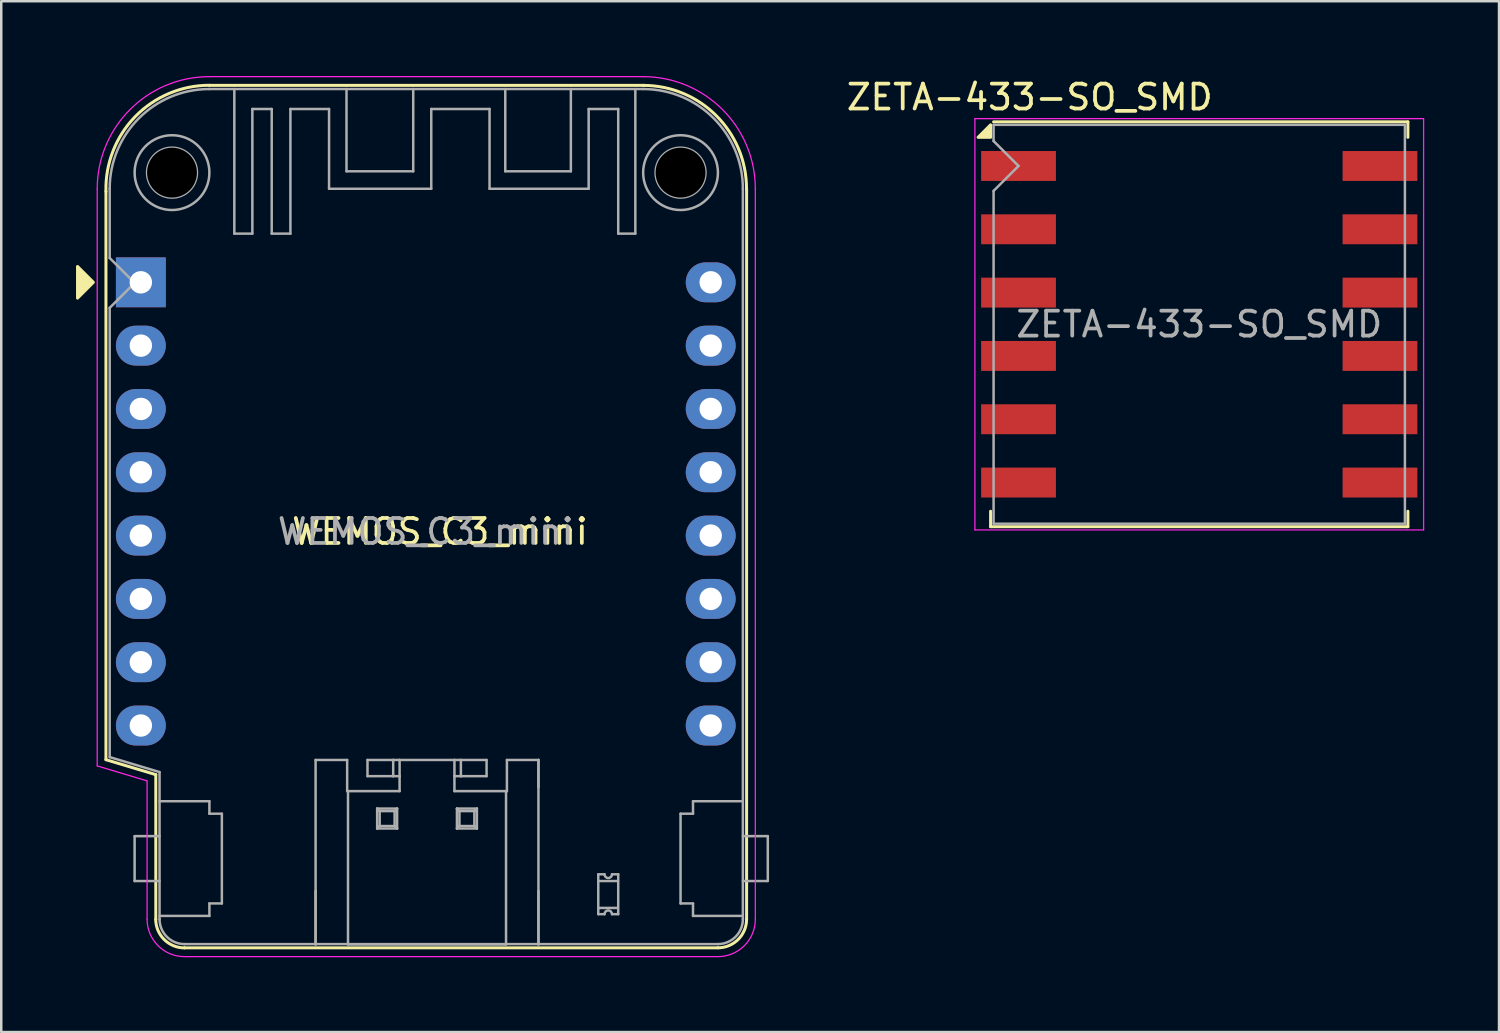
<source format=kicad_pcb>
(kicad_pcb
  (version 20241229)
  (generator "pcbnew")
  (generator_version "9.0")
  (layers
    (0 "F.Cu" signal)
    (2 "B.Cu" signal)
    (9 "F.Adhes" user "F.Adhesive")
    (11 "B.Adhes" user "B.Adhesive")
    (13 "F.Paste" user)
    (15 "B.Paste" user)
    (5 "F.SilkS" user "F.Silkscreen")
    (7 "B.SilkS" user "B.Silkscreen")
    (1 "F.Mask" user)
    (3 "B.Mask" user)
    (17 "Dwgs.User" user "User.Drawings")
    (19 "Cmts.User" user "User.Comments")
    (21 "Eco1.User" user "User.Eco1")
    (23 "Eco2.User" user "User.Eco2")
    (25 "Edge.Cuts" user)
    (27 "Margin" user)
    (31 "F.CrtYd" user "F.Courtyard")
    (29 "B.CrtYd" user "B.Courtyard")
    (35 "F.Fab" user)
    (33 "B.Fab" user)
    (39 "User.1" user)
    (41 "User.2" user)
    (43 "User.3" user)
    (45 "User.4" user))
  (footprint "WEMOS_C3_mini"
    (layer "F.Cu")
    (at 2.6 8.275)
    (property "Reference" "WEMOS_C3_mini" (at 12 10 0) (layer "F.SilkS") (effects (font (size 1 1) (thickness 0.15))))
    (attr through_hole)
    (fp_line (start -1.4 -3.647) (end -1.4 19.15) (stroke (width 0.12) (type solid)) (layer "F.SilkS"))
    (fp_line (start 0.6 19.75) (end -1.4 19.15) (stroke (width 0.12) (type default)) (layer "F.SilkS"))
    (fp_line (start 0.6 19.75) (end 0.6 25.547) (stroke (width 0.12) (type solid)) (layer "F.SilkS"))
    (fp_line (start 1.75 26.697) (end 23.15 26.697) (stroke (width 0.12) (type solid)) (layer "F.SilkS"))
    (fp_line (start 20.2 -7.9) (end 2.75 -7.9) (stroke (width 0.12) (type solid)) (layer "F.SilkS"))
    (fp_line (start 24.3 25.547) (end 24.3 -3.753) (stroke (width 0.12) (type solid)) (layer "F.SilkS"))
    (fp_arc (start -1.4 -3.65) (mid -0.221578 -6.651732) (end 2.75 -7.904246) (stroke (width 0.12) (type solid)) (layer "F.SilkS"))
    (fp_arc (start 1.75 26.7) (mid 0.934727 26.362303) (end 0.59703 25.54703) (stroke (width 0.12) (type solid)) (layer "F.SilkS"))
    (fp_arc (start 20.15 -7.9) (mid 23.082383 -6.685361) (end 24.297 -3.752969) (stroke (width 0.12) (type solid)) (layer "F.SilkS"))
    (fp_arc (start 24.3 25.547031) (mid 23.963172 26.360203) (end 23.15 26.69703) (stroke (width 0.12) (type solid)) (layer "F.SilkS"))
    (fp_poly (pts (xy -2.54 -0.635) (xy -2.54 0.635) (xy -1.905 0)) (stroke (width 0.12) (type solid)) (fill yes) (layer "F.SilkS"))
    (fp_line (start -1.75 -3.75) (end -1.75 19.4) (stroke (width 0.05) (type solid)) (layer "F.CrtYd"))
    (fp_line (start -1.75 19.4) (end 0.25 20) (stroke (width 0.05) (type solid)) (layer "F.CrtYd"))
    (fp_line (start 0.25 20) (end 0.25 25.55) (stroke (width 0.05) (type solid)) (layer "F.CrtYd"))
    (fp_line (start 1.75 27.05) (end 23.15 27.05) (stroke (width 0.05) (type solid)) (layer "F.CrtYd"))
    (fp_line (start 20.15 -8.25) (end 2.75 -8.25) (stroke (width 0.05) (type solid)) (layer "F.CrtYd"))
    (fp_line (start 24.65 25.55) (end 24.65 -3.75) (stroke (width 0.05) (type solid)) (layer "F.CrtYd"))
    (fp_arc (start -1.75 -3.75) (mid -0.431981 -6.931981) (end 2.75 -8.25) (stroke (width 0.05) (type solid)) (layer "F.CrtYd"))
    (fp_arc (start 1.75 27.05) (mid 0.68934 26.61066) (end 0.25 25.55) (stroke (width 0.05) (type solid)) (layer "F.CrtYd"))
    (fp_arc (start 20.15 -8.25) (mid 23.331981 -6.931981) (end 24.65 -3.75) (stroke (width 0.05) (type solid)) (layer "F.CrtYd"))
    (fp_arc (start 24.65 25.55) (mid 24.21066 26.61066) (end 23.15 27.05) (stroke (width 0.05) (type solid)) (layer "F.CrtYd"))
    (fp_line (start -1.25 -3.753) (end -1.25 -0.975) (stroke (width 0.1) (type solid)) (layer "F.Fab"))
    (fp_line (start -1.25 1.025) (end -1.25 19.047) (stroke (width 0.1) (type solid)) (layer "F.Fab"))
    (fp_line (start -1.25 1.025) (end -0.25 0.025) (stroke (width 0.1) (type solid)) (layer "F.Fab"))
    (fp_line (start -1.25 19.047) (end 0.75 19.647) (stroke (width 0.1) (type solid)) (layer "F.Fab"))
    (fp_line (start -0.25 0.025) (end -1.25 -0.975) (stroke (width 0.1) (type solid)) (layer "F.Fab"))
    (fp_line (start -0.25 22.217) (end -0.25 24.017) (stroke (width 0.1) (type solid)) (layer "F.Fab"))
    (fp_line (start -0.25 22.217) (end 0.75 22.217) (stroke (width 0.1) (type solid)) (layer "F.Fab"))
    (fp_line (start 0.75 19.647) (end 0.75 25.547) (stroke (width 0.1) (type solid)) (layer "F.Fab"))
    (fp_line (start 0.75 24.017) (end -0.25 24.017) (stroke (width 0.1) (type solid)) (layer "F.Fab"))
    (fp_line (start 1.75 26.547) (end 23.15 26.547) (stroke (width 0.1) (type solid)) (layer "F.Fab"))
    (fp_line (start 2.75 20.817) (end 0.75 20.817) (stroke (width 0.1) (type solid)) (layer "F.Fab"))
    (fp_line (start 2.75 20.817) (end 2.75 21.317) (stroke (width 0.1) (type solid)) (layer "F.Fab"))
    (fp_line (start 2.75 21.317) (end 3.25 21.317) (stroke (width 0.1) (type solid)) (layer "F.Fab"))
    (fp_line (start 2.75 24.917) (end 2.75 25.417) (stroke (width 0.1) (type solid)) (layer "F.Fab"))
    (fp_line (start 2.75 24.917) (end 3.25 24.917) (stroke (width 0.1) (type solid)) (layer "F.Fab"))
    (fp_line (start 2.75 25.417) (end 0.75 25.417) (stroke (width 0.1) (type solid)) (layer "F.Fab"))
    (fp_line (start 3.25 21.317) (end 3.25 24.917) (stroke (width 0.1) (type solid)) (layer "F.Fab"))
    (fp_line (start 3.75 -7.753) (end 3.75 -1.953) (stroke (width 0.1) (type solid)) (layer "F.Fab"))
    (fp_line (start 3.75 -1.953) (end 4.473 -1.953) (stroke (width 0.1) (type solid)) (layer "F.Fab"))
    (fp_line (start 4.473 -6.953) (end 5.25 -6.953) (stroke (width 0.1) (type solid)) (layer "F.Fab"))
    (fp_line (start 4.473 -1.953) (end 4.473 -6.953) (stroke (width 0.1) (type solid)) (layer "F.Fab"))
    (fp_line (start 5.25 -6.953) (end 5.25 -1.953) (stroke (width 0.1) (type solid)) (layer "F.Fab"))
    (fp_line (start 5.25 -1.953) (end 6 -1.953) (stroke (width 0.1) (type solid)) (layer "F.Fab"))
    (fp_line (start 6 -6.953) (end 7.55 -6.953) (stroke (width 0.1) (type solid)) (layer "F.Fab"))
    (fp_line (start 6 -1.953) (end 6 -6.953) (stroke (width 0.1) (type solid)) (layer "F.Fab"))
    (fp_line (start 7.01 19.161) (end 7.01 26.561) (stroke (width 0.1) (type solid)) (layer "F.Fab"))
    (fp_line (start 7.01 24.411) (end 7.01 26.561) (stroke (width 0.1) (type solid)) (layer "F.Fab"))
    (fp_line (start 7.55 -6.953) (end 7.55 -3.753) (stroke (width 0.1) (type solid)) (layer "F.Fab"))
    (fp_line (start 7.55 -3.753) (end 11.65 -3.753) (stroke (width 0.1) (type solid)) (layer "F.Fab"))
    (fp_line (start 8.25 -4.453) (end 8.25 -7.753) (stroke (width 0.1) (type solid)) (layer "F.Fab"))
    (fp_line (start 8.276 19.161) (end 7.01 19.161) (stroke (width 0.1) (type solid)) (layer "F.Fab"))
    (fp_line (start 8.276 20.411) (end 8.276 19.161) (stroke (width 0.1) (type solid)) (layer "F.Fab"))
    (fp_line (start 8.31 20.411) (end 8.276 20.411) (stroke (width 0.1) (type solid)) (layer "F.Fab"))
    (fp_line (start 8.31 20.411) (end 8.31 26.561) (stroke (width 0.1) (type solid)) (layer "F.Fab"))
    (fp_line (start 8.31 26.561) (end 14.65 26.561) (stroke (width 0.1) (type solid)) (layer "F.Fab"))
    (fp_line (start 9.092 19.161) (end 9.092 19.811) (stroke (width 0.1) (type solid)) (layer "F.Fab"))
    (fp_line (start 9.092 19.811) (end 10.123 19.811) (stroke (width 0.1) (type solid)) (layer "F.Fab"))
    (fp_line (start 9.48 21.111) (end 9.48 21.911) (stroke (width 0.1) (type solid)) (layer "F.Fab"))
    (fp_line (start 9.48 21.911) (end 9.58 21.811) (stroke (width 0.1) (type solid)) (layer "F.Fab"))
    (fp_line (start 9.48 21.911) (end 10.28 21.911) (stroke (width 0.1) (type solid)) (layer "F.Fab"))
    (fp_line (start 9.58 21.211) (end 9.48 21.111) (stroke (width 0.1) (type solid)) (layer "F.Fab"))
    (fp_line (start 9.58 21.211) (end 9.58 21.811) (stroke (width 0.1) (type solid)) (layer "F.Fab"))
    (fp_line (start 9.58 21.811) (end 10.18 21.811) (stroke (width 0.1) (type solid)) (layer "F.Fab"))
    (fp_line (start 10.123 19.161) (end 9.092 19.161) (stroke (width 0.1) (type solid)) (layer "F.Fab"))
    (fp_line (start 10.123 19.811) (end 10.123 19.161) (stroke (width 0.1) (type solid)) (layer "F.Fab"))
    (fp_line (start 10.123 19.811) (end 10.38 19.811) (stroke (width 0.1) (type solid)) (layer "F.Fab"))
    (fp_line (start 10.18 21.211) (end 9.58 21.211) (stroke (width 0.1) (type solid)) (layer "F.Fab"))
    (fp_line (start 10.18 21.211) (end 10.18 21.811) (stroke (width 0.1) (type solid)) (layer "F.Fab"))
    (fp_line (start 10.28 21.111) (end 9.48 21.111) (stroke (width 0.1) (type solid)) (layer "F.Fab"))
    (fp_line (start 10.28 21.111) (end 10.18 21.211) (stroke (width 0.1) (type solid)) (layer "F.Fab"))
    (fp_line (start 10.28 21.111) (end 10.28 21.911) (stroke (width 0.1) (type solid)) (layer "F.Fab"))
    (fp_line (start 10.28 21.911) (end 10.18 21.811) (stroke (width 0.1) (type solid)) (layer "F.Fab"))
    (fp_line (start 10.38 19.161) (end 10.123 19.161) (stroke (width 0.1) (type solid)) (layer "F.Fab"))
    (fp_line (start 10.38 19.811) (end 10.38 19.161) (stroke (width 0.1) (type solid)) (layer "F.Fab"))
    (fp_line (start 10.38 19.811) (end 10.38 20.411) (stroke (width 0.1) (type solid)) (layer "F.Fab"))
    (fp_line (start 10.38 20.411) (end 8.31 20.411) (stroke (width 0.1) (type solid)) (layer "F.Fab"))
    (fp_line (start 10.927 -7.753) (end 10.927 -4.453) (stroke (width 0.1) (type solid)) (layer "F.Fab"))
    (fp_line (start 10.927 -4.453) (end 8.25 -4.453) (stroke (width 0.1) (type solid)) (layer "F.Fab"))
    (fp_line (start 11.65 -6.953) (end 13.988 -6.953) (stroke (width 0.1) (type solid)) (layer "F.Fab"))
    (fp_line (start 11.65 -3.753) (end 11.65 -6.953) (stroke (width 0.1) (type solid)) (layer "F.Fab"))
    (fp_line (start 12.58 19.161) (end 10.38 19.161) (stroke (width 0.1) (type solid)) (layer "F.Fab"))
    (fp_line (start 12.58 19.811) (end 12.58 19.161) (stroke (width 0.1) (type solid)) (layer "F.Fab"))
    (fp_line (start 12.58 19.811) (end 12.838 19.811) (stroke (width 0.1) (type solid)) (layer "F.Fab"))
    (fp_line (start 12.58 20.411) (end 12.58 19.811) (stroke (width 0.1) (type solid)) (layer "F.Fab"))
    (fp_line (start 12.68 21.111) (end 12.68 21.911) (stroke (width 0.1) (type solid)) (layer "F.Fab"))
    (fp_line (start 12.68 21.911) (end 12.78 21.811) (stroke (width 0.1) (type solid)) (layer "F.Fab"))
    (fp_line (start 12.68 21.911) (end 13.48 21.911) (stroke (width 0.1) (type solid)) (layer "F.Fab"))
    (fp_line (start 12.78 21.211) (end 12.68 21.111) (stroke (width 0.1) (type solid)) (layer "F.Fab"))
    (fp_line (start 12.78 21.211) (end 12.78 21.811) (stroke (width 0.1) (type solid)) (layer "F.Fab"))
    (fp_line (start 12.78 21.811) (end 13.38 21.811) (stroke (width 0.1) (type solid)) (layer "F.Fab"))
    (fp_line (start 12.838 19.161) (end 12.58 19.161) (stroke (width 0.1) (type solid)) (layer "F.Fab"))
    (fp_line (start 12.838 19.811) (end 12.838 19.161) (stroke (width 0.1) (type solid)) (layer "F.Fab"))
    (fp_line (start 12.838 19.811) (end 13.869 19.811) (stroke (width 0.1) (type solid)) (layer "F.Fab"))
    (fp_line (start 13.38 21.211) (end 12.78 21.211) (stroke (width 0.1) (type solid)) (layer "F.Fab"))
    (fp_line (start 13.38 21.211) (end 13.38 21.811) (stroke (width 0.1) (type solid)) (layer "F.Fab"))
    (fp_line (start 13.48 21.111) (end 12.68 21.111) (stroke (width 0.1) (type solid)) (layer "F.Fab"))
    (fp_line (start 13.48 21.111) (end 13.38 21.211) (stroke (width 0.1) (type solid)) (layer "F.Fab"))
    (fp_line (start 13.48 21.111) (end 13.48 21.911) (stroke (width 0.1) (type solid)) (layer "F.Fab"))
    (fp_line (start 13.48 21.911) (end 13.38 21.811) (stroke (width 0.1) (type solid)) (layer "F.Fab"))
    (fp_line (start 13.869 19.161) (end 12.838 19.161) (stroke (width 0.1) (type solid)) (layer "F.Fab"))
    (fp_line (start 13.869 19.811) (end 13.869 19.161) (stroke (width 0.1) (type solid)) (layer "F.Fab"))
    (fp_line (start 13.988 -6.953) (end 13.988 -3.753) (stroke (width 0.1) (type solid)) (layer "F.Fab"))
    (fp_line (start 13.988 -3.753) (end 17.964 -3.753) (stroke (width 0.1) (type solid)) (layer "F.Fab"))
    (fp_line (start 14.619 -4.453) (end 14.619 -7.753) (stroke (width 0.1) (type solid)) (layer "F.Fab"))
    (fp_line (start 14.65 20.411) (end 12.58 20.411) (stroke (width 0.1) (type solid)) (layer "F.Fab"))
    (fp_line (start 14.65 20.411) (end 14.65 26.561) (stroke (width 0.1) (type solid)) (layer "F.Fab"))
    (fp_line (start 14.685 19.161) (end 14.685 20.411) (stroke (width 0.1) (type solid)) (layer "F.Fab"))
    (fp_line (start 14.685 20.411) (end 14.65 20.411) (stroke (width 0.1) (type solid)) (layer "F.Fab"))
    (fp_line (start 15.95 19.161) (end 14.685 19.161) (stroke (width 0.1) (type solid)) (layer "F.Fab"))
    (fp_line (start 15.95 19.161) (end 15.95 26.561) (stroke (width 0.1) (type solid)) (layer "F.Fab"))
    (fp_line (start 15.95 20.261) (end 15.95 19.161) (stroke (width 0.1) (type solid)) (layer "F.Fab"))
    (fp_line (start 15.95 24.411) (end 15.95 26.561) (stroke (width 0.1) (type solid)) (layer "F.Fab"))
    (fp_line (start 17.25 -7.753) (end 17.25 -4.453) (stroke (width 0.1) (type solid)) (layer "F.Fab"))
    (fp_line (start 17.25 -4.453) (end 14.619 -4.453) (stroke (width 0.1) (type solid)) (layer "F.Fab"))
    (fp_line (start 17.964 -6.953) (end 19.15 -6.953) (stroke (width 0.1) (type solid)) (layer "F.Fab"))
    (fp_line (start 17.964 -3.753) (end 17.964 -6.953) (stroke (width 0.1) (type solid)) (layer "F.Fab"))
    (fp_line (start 18.35 23.747) (end 18.6 23.747) (stroke (width 0.1) (type solid)) (layer "F.Fab"))
    (fp_line (start 18.35 25.347) (end 18.35 23.747) (stroke (width 0.1) (type solid)) (layer "F.Fab"))
    (fp_line (start 18.35 25.347) (end 18.6 25.347) (stroke (width 0.1) (type solid)) (layer "F.Fab"))
    (fp_line (start 18.9 23.747) (end 19.15 23.747) (stroke (width 0.1) (type solid)) (layer "F.Fab"))
    (fp_line (start 18.9 25.347) (end 19.15 25.347) (stroke (width 0.1) (type solid)) (layer "F.Fab"))
    (fp_line (start 19.1 25.097) (end 18.4 25.097) (stroke (width 0.1) (type solid)) (layer "F.Fab"))
    (fp_line (start 19.141 24.018) (end 18.359 24.018) (stroke (width 0.1) (type solid)) (layer "F.Fab"))
    (fp_line (start 19.15 -6.953) (end 19.15 -1.953) (stroke (width 0.1) (type solid)) (layer "F.Fab"))
    (fp_line (start 19.15 -1.953) (end 19.836 -1.953) (stroke (width 0.1) (type solid)) (layer "F.Fab"))
    (fp_line (start 19.15 25.347) (end 19.15 23.747) (stroke (width 0.1) (type solid)) (layer "F.Fab"))
    (fp_line (start 19.836 -1.953) (end 19.836 -7.753) (stroke (width 0.1) (type solid)) (layer "F.Fab"))
    (fp_line (start 20.15 -7.753) (end 2.75 -7.753) (stroke (width 0.1) (type solid)) (layer "F.Fab"))
    (fp_line (start 21.65 24.917) (end 21.65 21.317) (stroke (width 0.1) (type solid)) (layer "F.Fab"))
    (fp_line (start 22.15 20.817) (end 24.15 20.817) (stroke (width 0.1) (type solid)) (layer "F.Fab"))
    (fp_line (start 22.15 21.317) (end 21.65 21.317) (stroke (width 0.1) (type solid)) (layer "F.Fab"))
    (fp_line (start 22.15 21.317) (end 22.15 20.817) (stroke (width 0.1) (type solid)) (layer "F.Fab"))
    (fp_line (start 22.15 24.917) (end 21.65 24.917) (stroke (width 0.1) (type solid)) (layer "F.Fab"))
    (fp_line (start 22.15 25.417) (end 22.15 24.917) (stroke (width 0.1) (type solid)) (layer "F.Fab"))
    (fp_line (start 22.15 25.417) (end 24.15 25.417) (stroke (width 0.1) (type solid)) (layer "F.Fab"))
    (fp_line (start 24.15 22.217) (end 25.15 22.217) (stroke (width 0.1) (type solid)) (layer "F.Fab"))
    (fp_line (start 24.15 25.547) (end 24.15 -3.753) (stroke (width 0.1) (type solid)) (layer "F.Fab"))
    (fp_line (start 25.15 24.017) (end 24.15 24.017) (stroke (width 0.1) (type solid)) (layer "F.Fab"))
    (fp_line (start 25.15 24.017) (end 25.15 22.217) (stroke (width 0.1) (type solid)) (layer "F.Fab"))
    (fp_arc (start -1.25 -3.752969) (mid -0.078427 -6.581396) (end 2.749999 -7.752969) (stroke (width 0.1) (type solid)) (layer "F.Fab"))
    (fp_arc (start 1.75 26.547031) (mid 1.042893 26.254138) (end 0.75 25.547031) (stroke (width 0.1) (type solid)) (layer "F.Fab"))
    (fp_arc (start 18.599777 25.347031) (mid 18.749777 25.197031) (end 18.899777 25.347031) (stroke (width 0.1) (type solid)) (layer "F.Fab"))
    (fp_arc (start 18.899777 23.747031) (mid 18.749777 23.897031) (end 18.599777 23.747031) (stroke (width 0.1) (type solid)) (layer "F.Fab"))
    (fp_arc (start 20.149998 -7.752969) (mid 22.978427 -6.581396) (end 24.15 -3.752968) (stroke (width 0.1) (type solid)) (layer "F.Fab"))
    (fp_arc (start 24.15 25.547031) (mid 23.857107 26.254138) (end 23.15 26.547031) (stroke (width 0.1) (type solid)) (layer "F.Fab"))
    (fp_circle (center 1.25 -4.4) (end -0.25 -4.4) (stroke (width 0.1) (type solid)) (fill no) (layer "F.Fab"))
    (fp_circle (center 1.25 -4.4) (end 0.25 -4.4) (stroke (width 0.1) (type solid)) (fill no) (layer "F.Fab"))
    (fp_circle (center 21.65 -4.4) (end 20.15 -4.4) (stroke (width 0.1) (type solid)) (fill no) (layer "F.Fab"))
    (fp_circle (center 21.65 -4.4) (end 20.65 -4.4) (stroke (width 0.1) (type solid)) (fill no) (layer "F.Fab"))
    (fp_text user "${REFERENCE}" (at 11.43 10 0) (layer "F.Fab") (effects (font (size 1 1) (thickness 0.15))))
    (pad "" np_thru_hole circle (at 1.25 -4.4) (size 3 3) (drill 2) (layers "*.Mask"))
    (pad "" np_thru_hole circle (at 21.65 -4.4) (size 3 3) (drill 2) (layers "*.Mask"))
    (pad "1" thru_hole rect (at 0 0) (size 2 2) (drill 0.9) (layers "*.Cu" "*.Mask"))
    (pad "2" thru_hole oval (at 0 2.54) (size 2 1.6) (drill 0.9) (layers "*.Cu" "*.Mask"))
    (pad "3" thru_hole oval (at 0 5.08) (size 2 1.6) (drill 0.9) (layers "*.Cu" "*.Mask"))
    (pad "4" thru_hole oval (at 0 7.62) (size 2 1.6) (drill 0.9) (layers "*.Cu" "*.Mask"))
    (pad "5" thru_hole oval (at 0 10.16) (size 2 1.6) (drill 0.9) (layers "*.Cu" "*.Mask"))
    (pad "6" thru_hole oval (at 0 12.7) (size 2 1.6) (drill 0.9) (layers "*.Cu" "*.Mask"))
    (pad "7" thru_hole oval (at 0 15.24) (size 2 1.6) (drill 0.9) (layers "*.Cu" "*.Mask"))
    (pad "8" thru_hole oval (at 0 17.78) (size 2 1.6) (drill 0.9) (layers "*.Cu" "*.Mask"))
    (pad "9" thru_hole oval (at 22.86 17.78) (size 2 1.6) (drill 0.9) (layers "*.Cu" "*.Mask"))
    (pad "10" thru_hole oval (at 22.86 15.24) (size 2 1.6) (drill 0.9) (layers "*.Cu" "*.Mask"))
    (pad "11" thru_hole oval (at 22.86 12.7) (size 2 1.6) (drill 0.9) (layers "*.Cu" "*.Mask"))
    (pad "12" thru_hole oval (at 22.86 10.16) (size 2 1.6) (drill 0.9) (layers "*.Cu" "*.Mask"))
    (pad "13" thru_hole oval (at 22.86 7.62) (size 2 1.6) (drill 0.9) (layers "*.Cu" "*.Mask"))
    (pad "14" thru_hole oval (at 22.86 5.08) (size 2 1.6) (drill 0.9) (layers "*.Cu" "*.Mask"))
    (pad "15" thru_hole oval (at 22.86 2.54) (size 2 1.6) (drill 0.9) (layers "*.Cu" "*.Mask"))
    (pad "16" thru_hole oval (at 22.86 0) (size 2 1.6) (drill 0.9) (layers "*.Cu" "*.Mask")))
  (footprint "ZETA-433-SO_SMD"
    (layer "F.Cu")
    (at 45.058 9.958)
    (property "Reference" "ZETA-433-SO_SMD" (at -6.8 -9.11 0) (layer "F.SilkS") (effects (font (size 1 1) (thickness 0.15))))
    (attr smd)
    (fp_line (start -8.37 8.12) (end -8.37 7.5) (stroke (width 0.12) (type solid)) (layer "F.SilkS"))
    (fp_line (start 8.37 -8.12) (end -8.25 -8.12) (stroke (width 0.12) (type solid)) (layer "F.SilkS"))
    (fp_line (start 8.37 -7.5) (end 8.37 -8.12) (stroke (width 0.12) (type solid)) (layer "F.SilkS"))
    (fp_line (start 8.37 8.12) (end -8.37 8.12) (stroke (width 0.12) (type solid)) (layer "F.SilkS"))
    (fp_line (start 8.37 8.12) (end 8.37 7.5) (stroke (width 0.12) (type solid)) (layer "F.SilkS"))
    (fp_poly (pts (xy -8.37 -7.5) (xy -8.87 -7.5) (xy -8.37 -8) (xy -8.37 -7.5)) (stroke (width 0.12) (type solid)) (fill yes) (layer "F.SilkS"))
    (fp_line (start -9 -8.25) (end 9 -8.25) (stroke (width 0.05) (type solid)) (layer "F.CrtYd"))
    (fp_line (start -9 8.25) (end -9 -8.25) (stroke (width 0.05) (type solid)) (layer "F.CrtYd"))
    (fp_line (start 9 -8.25) (end 9 8.25) (stroke (width 0.05) (type solid)) (layer "F.CrtYd"))
    (fp_line (start 9 8.25) (end -9 8.25) (stroke (width 0.05) (type solid)) (layer "F.CrtYd"))
    (fp_line (start -8.25 -8) (end 8.25 -8) (stroke (width 0.1) (type solid)) (layer "F.Fab"))
    (fp_line (start -8.25 -7.35) (end -8.25 -8) (stroke (width 0.1) (type solid)) (layer "F.Fab"))
    (fp_line (start -8.25 8) (end -8.25 -5.35) (stroke (width 0.1) (type solid)) (layer "F.Fab"))
    (fp_line (start -7.25 -6.35) (end -8.25 -7.35) (stroke (width 0.1) (type solid)) (layer "F.Fab"))
    (fp_line (start -7.25 -6.35) (end -8.25 -5.35) (stroke (width 0.1) (type solid)) (layer "F.Fab"))
    (fp_line (start 8.25 -8) (end 8.25 8) (stroke (width 0.1) (type solid)) (layer "F.Fab"))
    (fp_line (start 8.25 8) (end -8.25 8) (stroke (width 0.1) (type solid)) (layer "F.Fab"))
    (fp_text user "${REFERENCE}" (at 0 0 0) (layer "F.Fab") (effects (font (size 1 1) (thickness 0.15))))
    (pad "1" smd rect (at -7.25 -6.35) (size 3 1.2) (layers "F.Cu" "F.Mask" "F.Paste"))
    (pad "2" smd rect (at -7.25 -3.81) (size 3 1.2) (layers "F.Cu" "F.Mask" "F.Paste"))
    (pad "3" smd rect (at -7.25 -1.27) (size 3 1.2) (layers "F.Cu" "F.Mask" "F.Paste"))
    (pad "4" smd rect (at -7.25 1.27) (size 3 1.2) (layers "F.Cu" "F.Mask" "F.Paste"))
    (pad "5" smd rect (at -7.25 3.81) (size 3 1.2) (layers "F.Cu" "F.Mask" "F.Paste"))
    (pad "6" smd rect (at -7.25 6.35) (size 3 1.2) (layers "F.Cu" "F.Mask" "F.Paste"))
    (pad "7" smd rect (at 7.25 6.35) (size 3 1.2) (layers "F.Cu" "F.Mask" "F.Paste"))
    (pad "8" smd rect (at 7.25 3.81) (size 3 1.2) (layers "F.Cu" "F.Mask" "F.Paste"))
    (pad "9" smd rect (at 7.25 1.27) (size 3 1.2) (layers "F.Cu" "F.Mask" "F.Paste"))
    (pad "10" smd rect (at 7.25 -1.27) (size 3 1.2) (layers "F.Cu" "F.Mask" "F.Paste"))
    (pad "11" smd rect (at 7.25 -3.81) (size 3 1.2) (layers "F.Cu" "F.Mask" "F.Paste"))
    (pad "12" smd rect (at 7.25 -6.35) (size 3 1.2) (layers "F.Cu" "F.Mask" "F.Paste")))
  (gr_rect
    (start -3 -3)
    (end 57.083 38.35)
    (stroke (width 0.1) (type default))
    (fill no)
    (layer "Edge.Cuts")))
</source>
